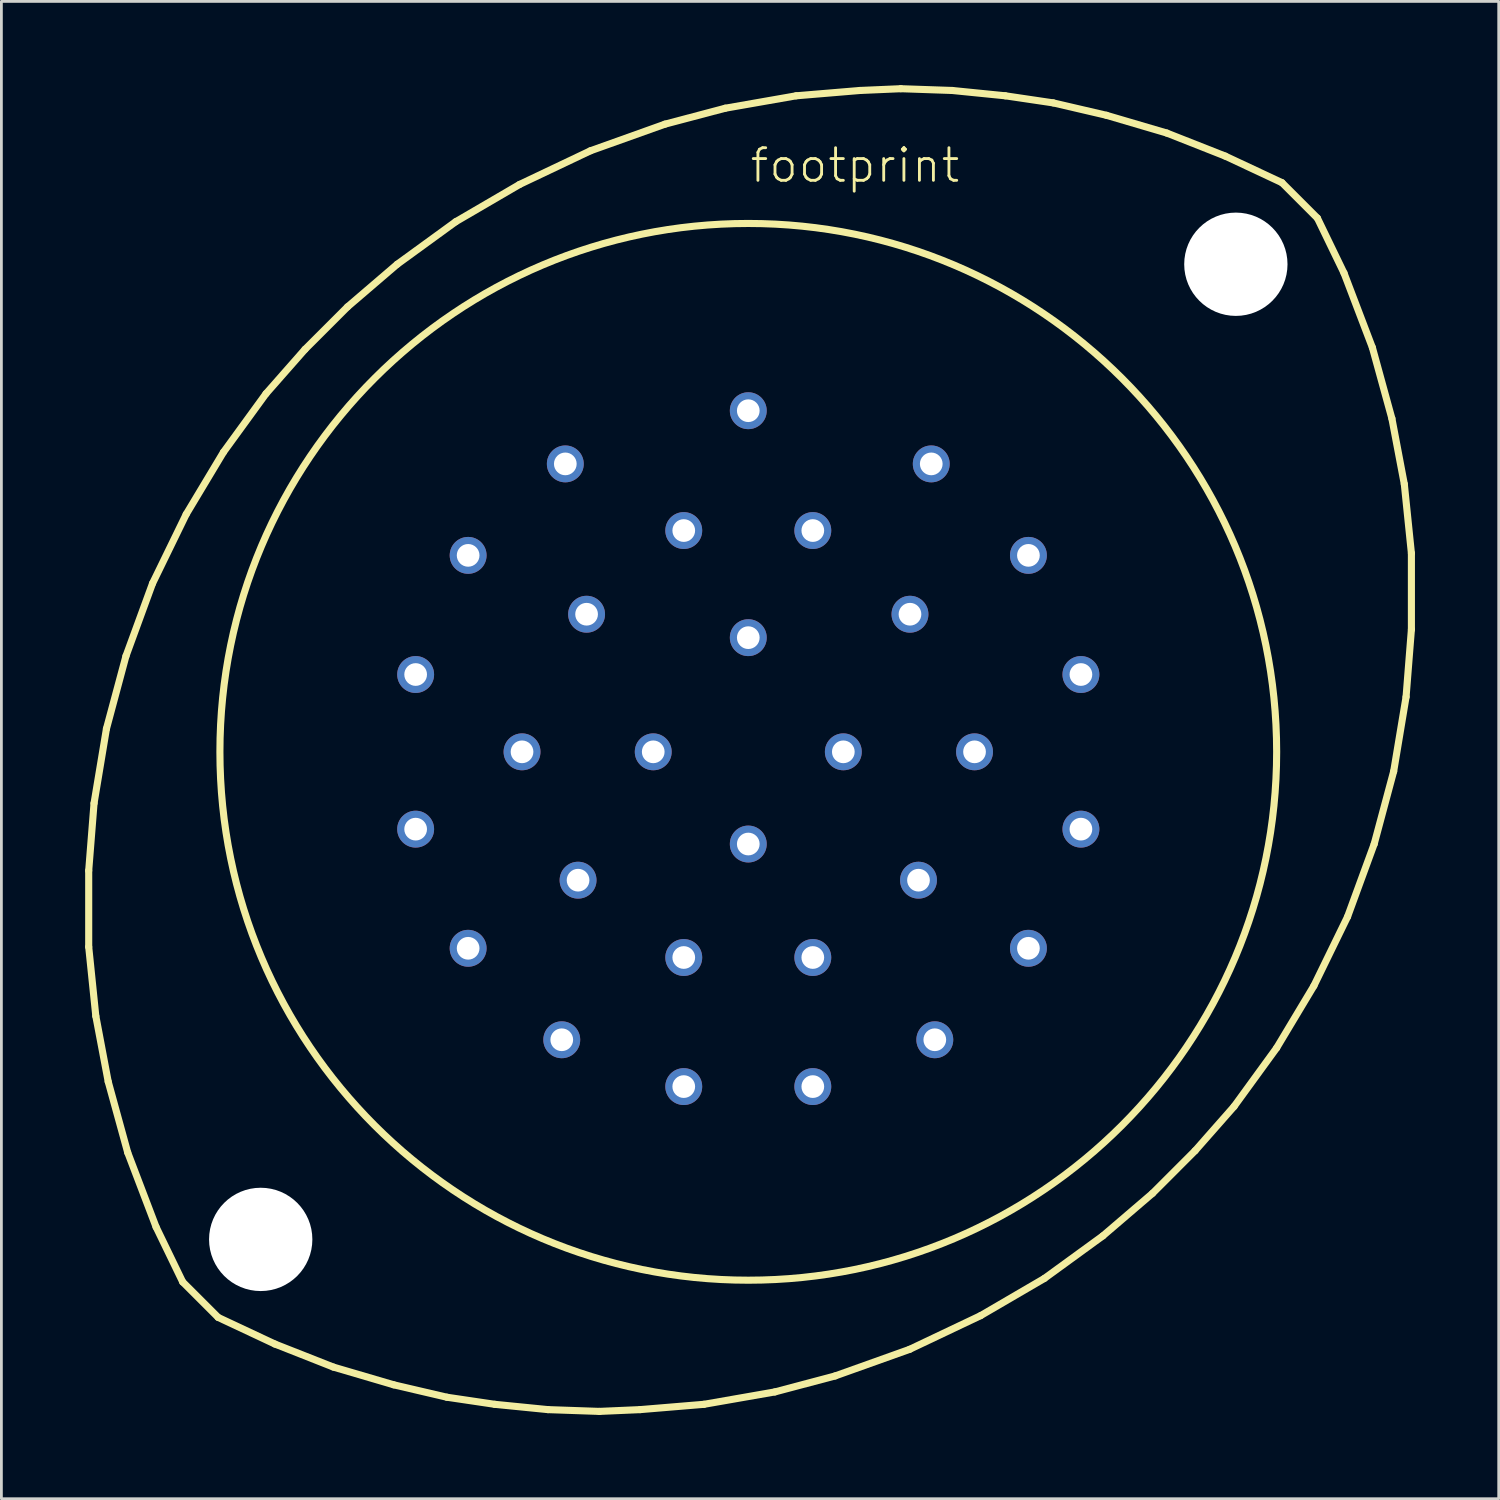
<source format=kicad_pcb>
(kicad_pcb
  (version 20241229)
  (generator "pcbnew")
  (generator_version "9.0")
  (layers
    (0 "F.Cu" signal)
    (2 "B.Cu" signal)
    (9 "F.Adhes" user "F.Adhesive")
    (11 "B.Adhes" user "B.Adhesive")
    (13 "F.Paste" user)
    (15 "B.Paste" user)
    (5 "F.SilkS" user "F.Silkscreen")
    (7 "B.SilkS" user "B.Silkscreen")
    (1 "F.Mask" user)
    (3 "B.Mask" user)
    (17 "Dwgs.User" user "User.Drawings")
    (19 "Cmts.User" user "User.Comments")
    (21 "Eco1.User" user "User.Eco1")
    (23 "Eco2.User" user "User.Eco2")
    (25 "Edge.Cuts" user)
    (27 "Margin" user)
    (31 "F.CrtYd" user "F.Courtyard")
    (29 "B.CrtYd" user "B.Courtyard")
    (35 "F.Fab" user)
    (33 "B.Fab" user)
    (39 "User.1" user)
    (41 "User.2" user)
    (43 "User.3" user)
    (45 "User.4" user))
  (footprint "footprint"
    (layer "F.Cu")
    (at 23.749 23.876)
    (property "Reference" "footprint" (at 0 -20.32 0) (layer "F.SilkS") (effects (font (size 1.168 1.168) (thickness 0.102)) (justify left bottom)))
    (fp_line (start -23.622 4.255) (end -23.431 1.841) (stroke (width 0.254) (type solid)) (layer "F.SilkS"))
    (fp_line (start -23.622 6.985) (end -23.622 4.255) (stroke (width 0.254) (type solid)) (layer "F.SilkS"))
    (fp_line (start -23.431 1.841) (end -22.987 -0.826) (stroke (width 0.254) (type solid)) (layer "F.SilkS"))
    (fp_line (start -23.368 9.461) (end -23.622 6.985) (stroke (width 0.254) (type solid)) (layer "F.SilkS"))
    (fp_line (start -22.987 -0.826) (end -22.288 -3.429) (stroke (width 0.254) (type solid)) (layer "F.SilkS"))
    (fp_line (start -22.924 11.811) (end -23.368 9.461) (stroke (width 0.254) (type solid)) (layer "F.SilkS"))
    (fp_line (start -22.288 -3.429) (end -21.336 -6.032) (stroke (width 0.254) (type solid)) (layer "F.SilkS"))
    (fp_line (start -22.225 14.351) (end -22.924 11.811) (stroke (width 0.254) (type solid)) (layer "F.SilkS"))
    (fp_line (start -21.336 -6.032) (end -20.13 -8.509) (stroke (width 0.254) (type solid)) (layer "F.SilkS"))
    (fp_line (start -21.209 17.018) (end -22.225 14.351) (stroke (width 0.254) (type solid)) (layer "F.SilkS"))
    (fp_line (start -20.256 18.986) (end -21.209 17.018) (stroke (width 0.254) (type solid)) (layer "F.SilkS"))
    (fp_line (start -20.256 18.986) (end -18.986 20.256) (stroke (width 0.254) (type solid)) (layer "F.SilkS"))
    (fp_line (start -20.13 -8.509) (end -18.796 -10.732) (stroke (width 0.254) (type solid)) (layer "F.SilkS"))
    (fp_line (start -18.796 -10.732) (end -17.272 -12.827) (stroke (width 0.254) (type solid)) (layer "F.SilkS"))
    (fp_line (start -17.272 -12.827) (end -15.875 -14.415) (stroke (width 0.254) (type solid)) (layer "F.SilkS"))
    (fp_line (start -16.954 21.209) (end -18.986 20.256) (stroke (width 0.254) (type solid)) (layer "F.SilkS"))
    (fp_line (start -15.875 -14.415) (end -14.351 -15.938) (stroke (width 0.254) (type solid)) (layer "F.SilkS"))
    (fp_line (start -14.859 22.035) (end -16.954 21.209) (stroke (width 0.254) (type solid)) (layer "F.SilkS"))
    (fp_line (start -14.351 -15.938) (end -12.573 -17.462) (stroke (width 0.254) (type solid)) (layer "F.SilkS"))
    (fp_line (start -12.7 22.669) (end -14.859 22.035) (stroke (width 0.254) (type solid)) (layer "F.SilkS"))
    (fp_line (start -12.573 -17.462) (end -10.477 -18.986) (stroke (width 0.254) (type solid)) (layer "F.SilkS"))
    (fp_line (start -10.795 23.114) (end -12.7 22.669) (stroke (width 0.254) (type solid)) (layer "F.SilkS"))
    (fp_line (start -10.477 -18.986) (end -8.191 -20.32) (stroke (width 0.254) (type solid)) (layer "F.SilkS"))
    (fp_line (start -9.081 23.368) (end -10.795 23.114) (stroke (width 0.254) (type solid)) (layer "F.SilkS"))
    (fp_line (start -8.191 -20.32) (end -5.652 -21.526) (stroke (width 0.254) (type solid)) (layer "F.SilkS"))
    (fp_line (start -7.176 23.558) (end -9.081 23.368) (stroke (width 0.254) (type solid)) (layer "F.SilkS"))
    (fp_line (start -5.652 -21.526) (end -2.985 -22.479) (stroke (width 0.254) (type solid)) (layer "F.SilkS"))
    (fp_line (start -5.334 23.622) (end -7.176 23.558) (stroke (width 0.254) (type solid)) (layer "F.SilkS"))
    (fp_line (start -3.873 23.558) (end -5.334 23.622) (stroke (width 0.254) (type solid)) (layer "F.SilkS"))
    (fp_line (start -2.985 -22.479) (end -0.826 -23.05) (stroke (width 0.254) (type solid)) (layer "F.SilkS"))
    (fp_line (start -1.587 23.368) (end -3.873 23.558) (stroke (width 0.254) (type solid)) (layer "F.SilkS"))
    (fp_line (start -0.826 -23.05) (end 1.714 -23.495) (stroke (width 0.254) (type solid)) (layer "F.SilkS"))
    (fp_line (start 0.953 22.924) (end -1.587 23.368) (stroke (width 0.254) (type solid)) (layer "F.SilkS"))
    (fp_line (start 1.714 -23.495) (end 4 -23.686) (stroke (width 0.254) (type solid)) (layer "F.SilkS"))
    (fp_line (start 3.111 22.352) (end 0.953 22.924) (stroke (width 0.254) (type solid)) (layer "F.SilkS"))
    (fp_line (start 4 -23.686) (end 5.461 -23.749) (stroke (width 0.254) (type solid)) (layer "F.SilkS"))
    (fp_line (start 5.461 -23.749) (end 7.303 -23.686) (stroke (width 0.254) (type solid)) (layer "F.SilkS"))
    (fp_line (start 5.779 21.399) (end 3.111 22.352) (stroke (width 0.254) (type solid)) (layer "F.SilkS"))
    (fp_line (start 7.303 -23.686) (end 9.207 -23.495) (stroke (width 0.254) (type solid)) (layer "F.SilkS"))
    (fp_line (start 8.319 20.193) (end 5.779 21.399) (stroke (width 0.254) (type solid)) (layer "F.SilkS"))
    (fp_line (start 9.207 -23.495) (end 10.922 -23.241) (stroke (width 0.254) (type solid)) (layer "F.SilkS"))
    (fp_line (start 10.604 18.86) (end 8.319 20.193) (stroke (width 0.254) (type solid)) (layer "F.SilkS"))
    (fp_line (start 10.922 -23.241) (end 12.827 -22.797) (stroke (width 0.254) (type solid)) (layer "F.SilkS"))
    (fp_line (start 12.7 17.335) (end 10.604 18.86) (stroke (width 0.254) (type solid)) (layer "F.SilkS"))
    (fp_line (start 12.827 -22.797) (end 14.986 -22.162) (stroke (width 0.254) (type solid)) (layer "F.SilkS"))
    (fp_line (start 14.478 15.812) (end 12.7 17.335) (stroke (width 0.254) (type solid)) (layer "F.SilkS"))
    (fp_line (start 14.986 -22.162) (end 17.081 -21.336) (stroke (width 0.254) (type solid)) (layer "F.SilkS"))
    (fp_line (start 16.002 14.287) (end 14.478 15.812) (stroke (width 0.254) (type solid)) (layer "F.SilkS"))
    (fp_line (start 17.081 -21.336) (end 19.113 -20.384) (stroke (width 0.254) (type solid)) (layer "F.SilkS"))
    (fp_line (start 17.399 12.7) (end 16.002 14.287) (stroke (width 0.254) (type solid)) (layer "F.SilkS"))
    (fp_line (start 18.923 10.604) (end 17.399 12.7) (stroke (width 0.254) (type solid)) (layer "F.SilkS"))
    (fp_line (start 19.113 -20.384) (end 20.384 -19.113) (stroke (width 0.254) (type solid)) (layer "F.SilkS"))
    (fp_line (start 20.256 8.382) (end 18.923 10.604) (stroke (width 0.254) (type solid)) (layer "F.SilkS"))
    (fp_line (start 20.384 -19.113) (end 21.336 -17.145) (stroke (width 0.254) (type solid)) (layer "F.SilkS"))
    (fp_line (start 21.336 -17.145) (end 22.352 -14.478) (stroke (width 0.254) (type solid)) (layer "F.SilkS"))
    (fp_line (start 21.463 5.905) (end 20.256 8.382) (stroke (width 0.254) (type solid)) (layer "F.SilkS"))
    (fp_line (start 22.352 -14.478) (end 23.05 -11.938) (stroke (width 0.254) (type solid)) (layer "F.SilkS"))
    (fp_line (start 22.416 3.302) (end 21.463 5.905) (stroke (width 0.254) (type solid)) (layer "F.SilkS"))
    (fp_line (start 23.05 -11.938) (end 23.495 -9.588) (stroke (width 0.254) (type solid)) (layer "F.SilkS"))
    (fp_line (start 23.114 0.699) (end 22.416 3.302) (stroke (width 0.254) (type solid)) (layer "F.SilkS"))
    (fp_line (start 23.495 -9.588) (end 23.749 -7.112) (stroke (width 0.254) (type solid)) (layer "F.SilkS"))
    (fp_line (start 23.558 -1.968) (end 23.114 0.699) (stroke (width 0.254) (type solid)) (layer "F.SilkS"))
    (fp_line (start 23.749 -7.112) (end 23.749 -4.381) (stroke (width 0.254) (type solid)) (layer "F.SilkS"))
    (fp_line (start 23.749 -4.381) (end 23.558 -1.968) (stroke (width 0.254) (type solid)) (layer "F.SilkS"))
    (fp_circle (center 0 0) (end 18.923 0) (stroke (width 0.254) (type solid)) (fill no) (layer "F.SilkS"))
    (pad "" np_thru_hole circle (at -17.462 17.462) (size 3.7 3.7) (drill 3.7) (layers "*.Cu" "*.Mask"))
    (pad "" np_thru_hole circle (at 17.462 -17.462) (size 3.7 3.7) (drill 3.7) (layers "*.Cu" "*.Mask"))
    (pad "A" thru_hole circle (at 0 -12.217) (size 1.321 1.321) (drill 0.813) (layers "*.Cu" "*.Mask"))
    (pad "A'" thru_hole circle (at -8.103 0) (size 1.321 1.321) (drill 0.813) (layers "*.Cu" "*.Mask"))
    (pad "B" thru_hole circle (at 6.553 -10.312) (size 1.321 1.321) (drill 0.813) (layers "*.Cu" "*.Mask"))
    (pad "B'" thru_hole circle (at -5.791 -4.928) (size 1.321 1.321) (drill 0.813) (layers "*.Cu" "*.Mask"))
    (pad "C" thru_hole circle (at 10.033 -7.036) (size 1.321 1.321) (drill 0.813) (layers "*.Cu" "*.Mask"))
    (pad "C'" thru_hole circle (at 0 -4.089) (size 1.321 1.321) (drill 0.813) (layers "*.Cu" "*.Mask"))
    (pad "D" thru_hole circle (at 11.913 -2.769) (size 1.321 1.321) (drill 0.813) (layers "*.Cu" "*.Mask"))
    (pad "D'" thru_hole circle (at 3.404 0) (size 1.321 1.321) (drill 0.813) (layers "*.Cu" "*.Mask"))
    (pad "E" thru_hole circle (at 11.913 2.769) (size 1.321 1.321) (drill 0.813) (layers "*.Cu" "*.Mask"))
    (pad "E'" thru_hole circle (at 0 3.302) (size 1.321 1.321) (drill 0.813) (layers "*.Cu" "*.Mask"))
    (pad "F" thru_hole circle (at 10.033 7.036) (size 1.321 1.321) (drill 0.813) (layers "*.Cu" "*.Mask"))
    (pad "F'" thru_hole circle (at -3.404 0) (size 1.321 1.321) (drill 0.813) (layers "*.Cu" "*.Mask"))
    (pad "G" thru_hole circle (at 6.68 10.312) (size 1.321 1.321) (drill 0.813) (layers "*.Cu" "*.Mask"))
    (pad "H" thru_hole circle (at 2.311 11.989) (size 1.321 1.321) (drill 0.813) (layers "*.Cu" "*.Mask"))
    (pad "J" thru_hole circle (at -2.311 11.989) (size 1.321 1.321) (drill 0.813) (layers "*.Cu" "*.Mask"))
    (pad "K" thru_hole circle (at -6.68 10.312) (size 1.321 1.321) (drill 0.813) (layers "*.Cu" "*.Mask"))
    (pad "L" thru_hole circle (at -10.033 7.036) (size 1.321 1.321) (drill 0.813) (layers "*.Cu" "*.Mask"))
    (pad "M" thru_hole circle (at -11.913 2.769) (size 1.321 1.321) (drill 0.813) (layers "*.Cu" "*.Mask"))
    (pad "N" thru_hole circle (at -11.913 -2.769) (size 1.321 1.321) (drill 0.813) (layers "*.Cu" "*.Mask"))
    (pad "P" thru_hole circle (at -10.033 -7.036) (size 1.321 1.321) (drill 0.813) (layers "*.Cu" "*.Mask"))
    (pad "R" thru_hole circle (at -6.553 -10.312) (size 1.321 1.321) (drill 0.813) (layers "*.Cu" "*.Mask"))
    (pad "S" thru_hole circle (at -2.311 -7.925) (size 1.321 1.321) (drill 0.813) (layers "*.Cu" "*.Mask"))
    (pad "T" thru_hole circle (at 2.311 -7.925) (size 1.321 1.321) (drill 0.813) (layers "*.Cu" "*.Mask"))
    (pad "U'" thru_hole circle (at 5.791 -4.928) (size 1.321 1.321) (drill 0.813) (layers "*.Cu" "*.Mask"))
    (pad "V'" thru_hole circle (at 8.103 0) (size 1.321 1.321) (drill 0.813) (layers "*.Cu" "*.Mask"))
    (pad "W'" thru_hole circle (at 6.096 4.597) (size 1.321 1.321) (drill 0.813) (layers "*.Cu" "*.Mask"))
    (pad "X'" thru_hole circle (at 2.311 7.366) (size 1.321 1.321) (drill 0.813) (layers "*.Cu" "*.Mask"))
    (pad "Y'" thru_hole circle (at -2.311 7.366) (size 1.321 1.321) (drill 0.813) (layers "*.Cu" "*.Mask"))
    (pad "Z'" thru_hole circle (at -6.096 4.597) (size 1.321 1.321) (drill 0.813) (layers "*.Cu" "*.Mask")))
  (gr_rect
    (start -3 -3)
    (end 50.625 50.625)
    (stroke (width 0.1) (type default))
    (fill no)
    (layer "Edge.Cuts")))
</source>
